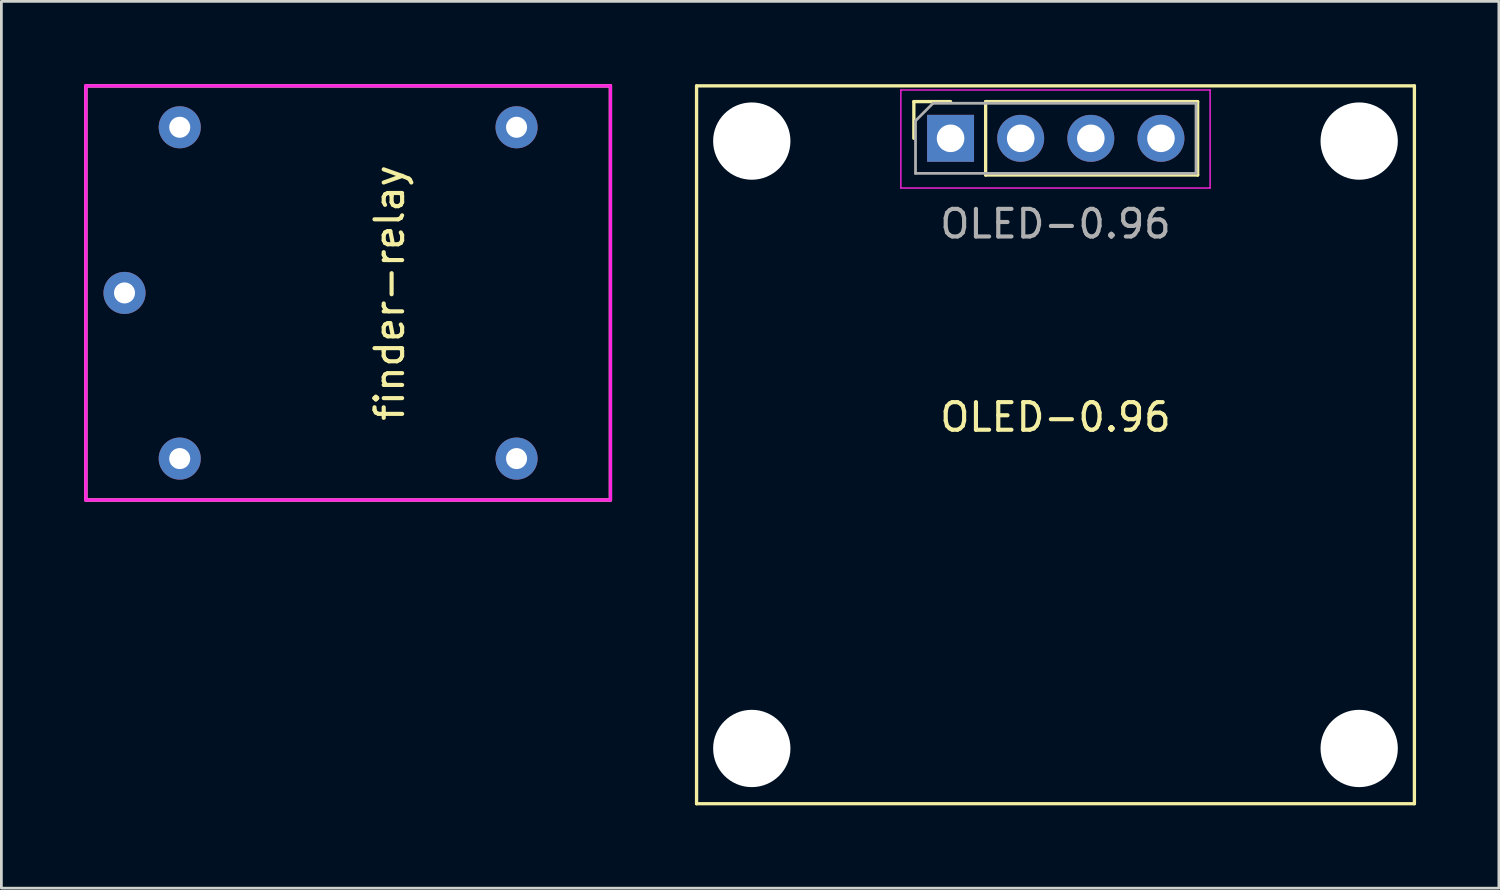
<source format=kicad_pcb>
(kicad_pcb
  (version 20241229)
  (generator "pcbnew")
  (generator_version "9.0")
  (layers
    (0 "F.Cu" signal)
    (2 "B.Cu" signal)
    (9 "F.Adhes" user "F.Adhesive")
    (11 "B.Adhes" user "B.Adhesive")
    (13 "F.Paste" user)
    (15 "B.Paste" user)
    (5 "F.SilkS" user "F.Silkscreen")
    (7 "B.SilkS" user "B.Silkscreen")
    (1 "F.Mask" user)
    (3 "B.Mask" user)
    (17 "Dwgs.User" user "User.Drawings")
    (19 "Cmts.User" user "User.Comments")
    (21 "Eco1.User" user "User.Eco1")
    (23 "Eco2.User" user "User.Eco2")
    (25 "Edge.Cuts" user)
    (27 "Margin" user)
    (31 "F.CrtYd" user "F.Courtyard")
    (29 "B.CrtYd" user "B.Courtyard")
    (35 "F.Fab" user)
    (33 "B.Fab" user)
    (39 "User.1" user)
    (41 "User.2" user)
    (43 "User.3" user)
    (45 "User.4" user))
  (footprint "finder-relay"
    (layer "F.Cu")
    (at 9.56 7.56)
    (property "Reference" "finder-relay" (at 1.5 0 90) (layer "F.SilkS") (effects (font (size 1 1) (thickness 0.15))))
    (attr through_hole)
    (fp_line (start -9.5 -7.5) (end 9.5 -7.5) (stroke (width 0.12) (type solid)) (layer "F.SilkS"))
    (fp_line (start -9.5 7.5) (end -9.5 -7.5) (stroke (width 0.12) (type solid)) (layer "F.SilkS"))
    (fp_line (start 9.5 -7.5) (end 9.5 7.5) (stroke (width 0.12) (type solid)) (layer "F.SilkS"))
    (fp_line (start 9.5 7.5) (end -9.5 7.5) (stroke (width 0.12) (type solid)) (layer "F.SilkS"))
    (fp_line (start -9.5 -7.5) (end 9.5 -7.5) (stroke (width 0.12) (type solid)) (layer "F.CrtYd"))
    (fp_line (start -9.5 7.5) (end -9.5 -7.5) (stroke (width 0.12) (type solid)) (layer "F.CrtYd"))
    (fp_line (start 9.5 -7.5) (end 9.5 7.5) (stroke (width 0.12) (type solid)) (layer "F.CrtYd"))
    (fp_line (start 9.5 7.5) (end -9.5 7.5) (stroke (width 0.12) (type solid)) (layer "F.CrtYd"))
    (pad "1" thru_hole circle (at -6.1 -6) (size 1.524 1.524) (drill 0.762) (layers "*.Cu" "*.Mask"))
    (pad "2" thru_hole circle (at -8.1 0) (size 1.524 1.524) (drill 0.762) (layers "*.Cu" "*.Mask"))
    (pad "3" thru_hole circle (at -6.1 6) (size 1.524 1.524) (drill 0.762) (layers "*.Cu" "*.Mask"))
    (pad "4" thru_hole circle (at 6.1 6) (size 1.524 1.524) (drill 0.762) (layers "*.Cu" "*.Mask"))
    (pad "5" thru_hole circle (at 6.1 -6) (size 1.524 1.524) (drill 0.762) (layers "*.Cu" "*.Mask")))
  (footprint "OLED-0.96"
    (layer "F.Cu")
    (at 35.18 13.06)
    (property "Reference" "OLED-0.96" (at 0 -1 0) (layer "F.SilkS") (effects (font (size 1 1) (thickness 0.15))))
    (attr through_hole)
    (fp_line (start -13 -13) (end 13 -13) (stroke (width 0.12) (type solid)) (layer "F.SilkS"))
    (fp_line (start -13 13) (end -13 -13) (stroke (width 0.12) (type solid)) (layer "F.SilkS"))
    (fp_line (start -5.13 -12.43) (end -3.8 -12.43) (stroke (width 0.12) (type solid)) (layer "F.SilkS"))
    (fp_line (start -5.13 -11.1) (end -5.13 -12.43) (stroke (width 0.12) (type solid)) (layer "F.SilkS"))
    (fp_line (start -2.53 -12.43) (end 5.15 -12.43) (stroke (width 0.12) (type solid)) (layer "F.SilkS"))
    (fp_line (start -2.53 -9.77) (end -2.53 -12.43) (stroke (width 0.12) (type solid)) (layer "F.SilkS"))
    (fp_line (start -2.53 -9.77) (end 5.15 -9.77) (stroke (width 0.12) (type solid)) (layer "F.SilkS"))
    (fp_line (start 5.15 -9.77) (end 5.15 -12.43) (stroke (width 0.12) (type solid)) (layer "F.SilkS"))
    (fp_line (start 13 -13) (end 13 13) (stroke (width 0.12) (type solid)) (layer "F.SilkS"))
    (fp_line (start 13 13) (end -13 13) (stroke (width 0.12) (type solid)) (layer "F.SilkS"))
    (fp_line (start -5.6 -12.85) (end 5.6 -12.85) (stroke (width 0.05) (type solid)) (layer "F.CrtYd"))
    (fp_line (start -5.6 -9.3) (end -5.6 -12.85) (stroke (width 0.05) (type solid)) (layer "F.CrtYd"))
    (fp_line (start 5.6 -12.85) (end 5.6 -9.3) (stroke (width 0.05) (type solid)) (layer "F.CrtYd"))
    (fp_line (start 5.6 -9.3) (end -5.6 -9.3) (stroke (width 0.05) (type solid)) (layer "F.CrtYd"))
    (fp_line (start -5.07 -11.735) (end -4.435 -12.37) (stroke (width 0.1) (type solid)) (layer "F.Fab"))
    (fp_line (start -5.07 -9.83) (end -5.07 -11.735) (stroke (width 0.1) (type solid)) (layer "F.Fab"))
    (fp_line (start -4.435 -12.37) (end 5.09 -12.37) (stroke (width 0.1) (type solid)) (layer "F.Fab"))
    (fp_line (start 5.09 -12.37) (end 5.09 -9.83) (stroke (width 0.1) (type solid)) (layer "F.Fab"))
    (fp_line (start 5.09 -9.83) (end -5.07 -9.83) (stroke (width 0.1) (type solid)) (layer "F.Fab"))
    (fp_text user "${REFERENCE}" (at 0 -8 0) (layer "F.Fab") (effects (font (size 1 1) (thickness 0.15))))
    (pad "" np_thru_hole circle (at -11 -11) (size 2.8 2.8) (drill 2.8) (layers "*.Cu" "*.Mask"))
    (pad "" np_thru_hole circle (at -11 11) (size 2.8 2.8) (drill 2.8) (layers "*.Cu" "*.Mask"))
    (pad "" np_thru_hole circle (at 11 -11) (size 2.8 2.8) (drill 2.8) (layers "*.Cu" "*.Mask"))
    (pad "" np_thru_hole circle (at 11 11) (size 2.8 2.8) (drill 2.8) (layers "*.Cu" "*.Mask"))
    (pad "1" thru_hole rect (at -3.8 -11.1 90) (size 1.7 1.7) (drill 1) (layers "*.Cu" "*.Mask"))
    (pad "2" thru_hole oval (at -1.26 -11.1 90) (size 1.7 1.7) (drill 1) (layers "*.Cu" "*.Mask"))
    (pad "3" thru_hole oval (at 1.28 -11.1 90) (size 1.7 1.7) (drill 1) (layers "*.Cu" "*.Mask"))
    (pad "4" thru_hole oval (at 3.82 -11.1 90) (size 1.7 1.7) (drill 1) (layers "*.Cu" "*.Mask")))
  (gr_rect
    (start -3 -3)
    (end 51.24 29.12)
    (stroke (width 0.1) (type default))
    (fill no)
    (layer "Edge.Cuts")))
</source>
